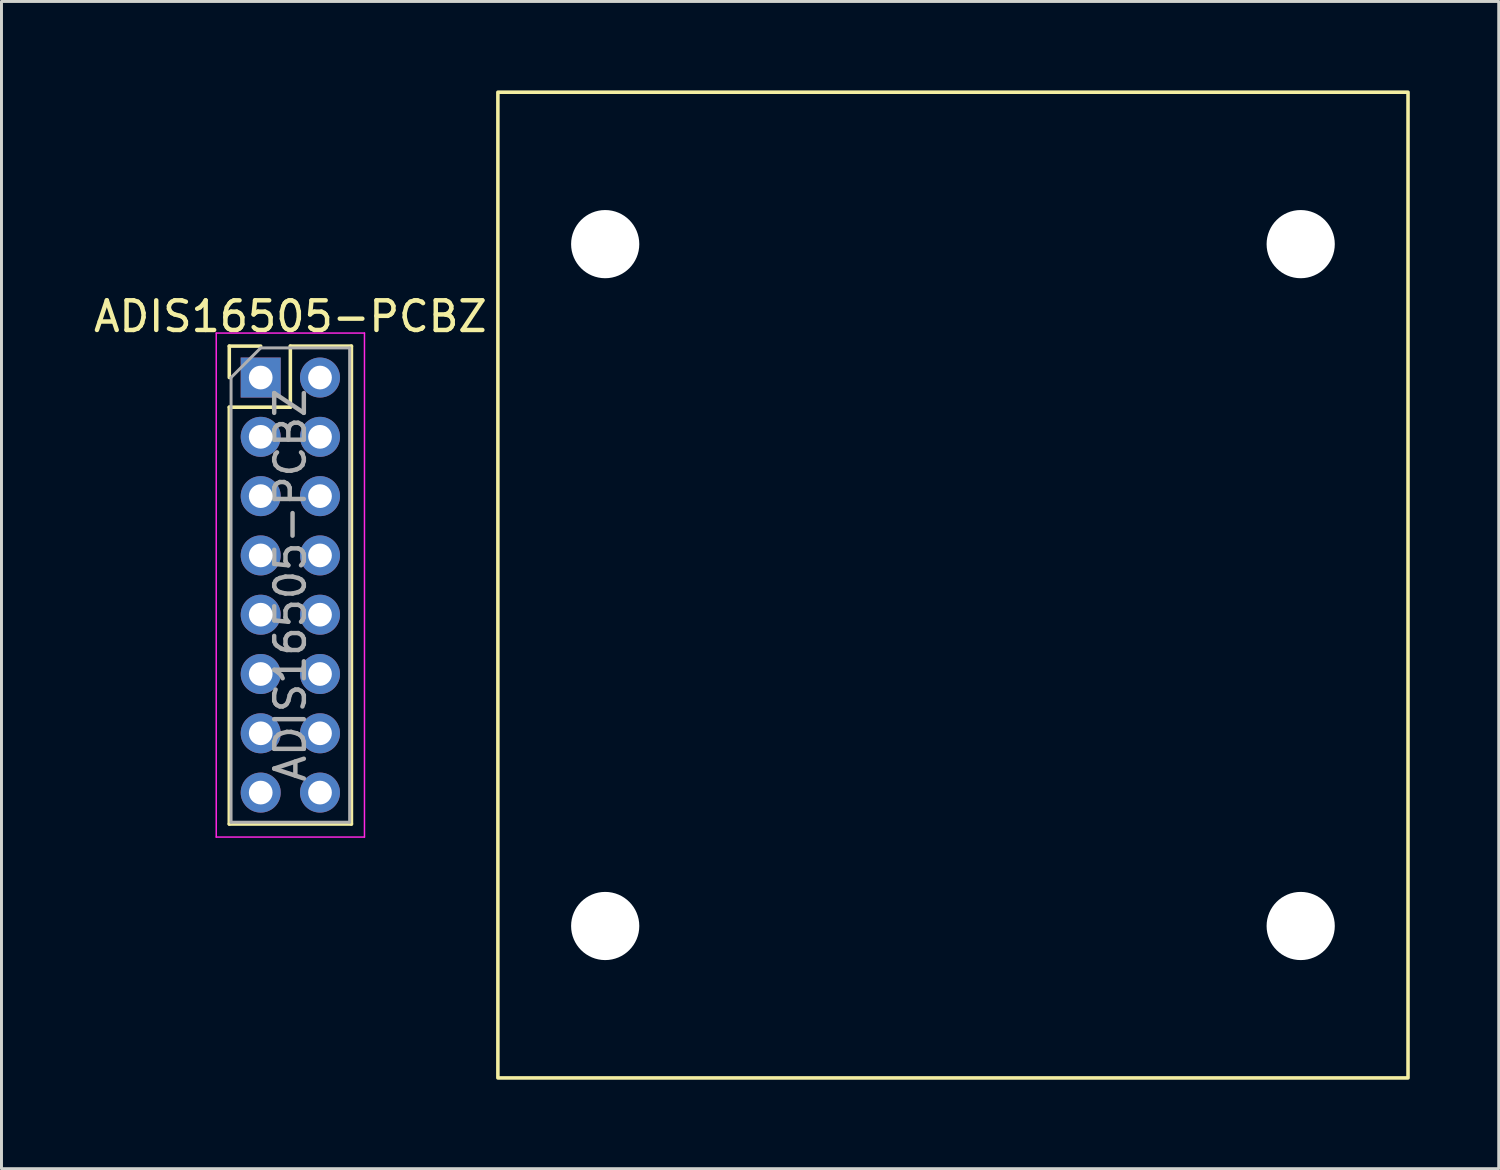
<source format=kicad_pcb>
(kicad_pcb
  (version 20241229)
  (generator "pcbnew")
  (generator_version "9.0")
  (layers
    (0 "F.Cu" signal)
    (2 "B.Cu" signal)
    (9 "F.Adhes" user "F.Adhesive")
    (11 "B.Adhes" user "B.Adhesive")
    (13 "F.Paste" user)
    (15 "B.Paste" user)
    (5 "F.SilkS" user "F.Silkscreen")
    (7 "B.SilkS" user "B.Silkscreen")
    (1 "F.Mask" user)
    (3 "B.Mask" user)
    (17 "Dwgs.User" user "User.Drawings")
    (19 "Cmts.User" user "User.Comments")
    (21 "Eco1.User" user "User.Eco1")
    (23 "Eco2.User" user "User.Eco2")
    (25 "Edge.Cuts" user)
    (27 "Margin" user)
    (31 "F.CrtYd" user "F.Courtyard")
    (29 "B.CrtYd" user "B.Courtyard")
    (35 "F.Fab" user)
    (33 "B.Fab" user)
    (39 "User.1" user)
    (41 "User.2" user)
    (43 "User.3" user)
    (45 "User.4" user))
  (footprint "ADIS16505-PCBZ"
    (layer "F.Cu")
    (at 13.744 16.685)
    (property "Reference" "ADIS16505-PCBZ" (at -7 -9.06 0) (layer "F.SilkS") (effects (font (size 1 1) (thickness 0.15))))
    (attr through_hole)
    (fp_line (start -9.06 -8.06) (end -8 -8.06) (stroke (width 0.12) (type solid)) (layer "F.SilkS"))
    (fp_line (start -9.06 -7) (end -9.06 -8.06) (stroke (width 0.12) (type solid)) (layer "F.SilkS"))
    (fp_line (start -9.06 -6) (end -9.06 8.06) (stroke (width 0.12) (type solid)) (layer "F.SilkS"))
    (fp_line (start -9.06 -6) (end -7 -6) (stroke (width 0.12) (type solid)) (layer "F.SilkS"))
    (fp_line (start -9.06 8.06) (end -4.94 8.06) (stroke (width 0.12) (type solid)) (layer "F.SilkS"))
    (fp_line (start -7 -8.06) (end -4.94 -8.06) (stroke (width 0.12) (type solid)) (layer "F.SilkS"))
    (fp_line (start -7 -6) (end -7 -8.06) (stroke (width 0.12) (type solid)) (layer "F.SilkS"))
    (fp_line (start -4.94 -8.06) (end -4.94 8.06) (stroke (width 0.12) (type solid)) (layer "F.SilkS"))
    (fp_rect (start 0 -16.625) (end 30.7 16.625) (stroke (width 0.12) (type default)) (fill no) (layer "F.SilkS"))
    (fp_line (start -9.5 -8.5) (end -9.5 8.5) (stroke (width 0.05) (type solid)) (layer "F.CrtYd"))
    (fp_line (start -9.5 8.5) (end -4.5 8.5) (stroke (width 0.05) (type solid)) (layer "F.CrtYd"))
    (fp_line (start -4.5 -8.5) (end -9.5 -8.5) (stroke (width 0.05) (type solid)) (layer "F.CrtYd"))
    (fp_line (start -4.5 8.5) (end -4.5 -8.5) (stroke (width 0.05) (type solid)) (layer "F.CrtYd"))
    (fp_line (start -9 -7) (end -8 -8) (stroke (width 0.1) (type solid)) (layer "F.Fab"))
    (fp_line (start -9 8) (end -9 -7) (stroke (width 0.1) (type solid)) (layer "F.Fab"))
    (fp_line (start -8 -8) (end -5 -8) (stroke (width 0.1) (type solid)) (layer "F.Fab"))
    (fp_line (start -5 -8) (end -5 8) (stroke (width 0.1) (type solid)) (layer "F.Fab"))
    (fp_line (start -5 8) (end -9 8) (stroke (width 0.1) (type solid)) (layer "F.Fab"))
    (fp_line (start 17 0) (end 17 3) (stroke (width 0.12) (type default)) (layer "User.1"))
    (fp_line (start 17 0) (end 20 0) (stroke (width 0.12) (type default)) (layer "User.1"))
    (fp_line (start 17 3) (end 16.6 2.6) (stroke (width 0.12) (type default)) (layer "User.1"))
    (fp_line (start 17 3) (end 17.4 2.6) (stroke (width 0.12) (type default)) (layer "User.1"))
    (fp_line (start 20 0) (end 19.6 -0.4) (stroke (width 0.12) (type default)) (layer "User.1"))
    (fp_line (start 20 0) (end 19.6 0.4) (stroke (width 0.12) (type default)) (layer "User.1"))
    (fp_circle (center 17 0) (end 17.2 0.2) (stroke (width 0.12) (type default)) (fill no) (layer "User.1"))
    (fp_text user "${REFERENCE}" (at -7 0 270) (layer "F.Fab") (effects (font (size 1 1) (thickness 0.15))))
    (fp_text user "Y" (at 20.4 0.6 0) (unlocked yes) (layer "User.1") (effects (font (size 1 1) (thickness 0.15)) (justify left bottom)))
    (fp_text user "Z" (at 16.4 -0.4 0) (unlocked yes) (layer "User.1") (effects (font (size 1 1) (thickness 0.15)) (justify left bottom)))
    (fp_text user "X" (at 17.6 3.4 0) (unlocked yes) (layer "User.1") (effects (font (size 1 1) (thickness 0.15)) (justify left bottom)))
    (pad "" np_thru_hole circle (at 3.62 -11.5) (size 2.3 2.3) (drill 2.3) (layers "*.Cu" "*.Mask"))
    (pad "" np_thru_hole circle (at 3.62 11.5) (size 2.3 2.3) (drill 2.3) (layers "*.Cu" "*.Mask"))
    (pad "" np_thru_hole circle (at 27.08 -11.5) (size 2.3 2.3) (drill 2.3) (layers "*.Cu" "*.Mask"))
    (pad "" np_thru_hole circle (at 27.08 11.5) (size 2.3 2.3) (drill 2.3) (layers "*.Cu" "*.Mask"))
    (pad "1" thru_hole rect (at -8 -7) (size 1.35 1.35) (drill 0.8) (layers "*.Cu" "*.Mask"))
    (pad "2" thru_hole oval (at -6 -7) (size 1.35 1.35) (drill 0.8) (layers "*.Cu" "*.Mask"))
    (pad "3" thru_hole oval (at -8 -5) (size 1.35 1.35) (drill 0.8) (layers "*.Cu" "*.Mask"))
    (pad "4" thru_hole oval (at -6 -5) (size 1.35 1.35) (drill 0.8) (layers "*.Cu" "*.Mask"))
    (pad "5" thru_hole oval (at -8 -3) (size 1.35 1.35) (drill 0.8) (layers "*.Cu" "*.Mask"))
    (pad "6" thru_hole oval (at -6 -3) (size 1.35 1.35) (drill 0.8) (layers "*.Cu" "*.Mask"))
    (pad "7" thru_hole oval (at -8 -1) (size 1.35 1.35) (drill 0.8) (layers "*.Cu" "*.Mask"))
    (pad "8" thru_hole oval (at -6 -1) (size 1.35 1.35) (drill 0.8) (layers "*.Cu" "*.Mask"))
    (pad "9" thru_hole oval (at -8 1) (size 1.35 1.35) (drill 0.8) (layers "*.Cu" "*.Mask"))
    (pad "10" thru_hole oval (at -6 1) (size 1.35 1.35) (drill 0.8) (layers "*.Cu" "*.Mask"))
    (pad "11" thru_hole oval (at -8 3) (size 1.35 1.35) (drill 0.8) (layers "*.Cu" "*.Mask"))
    (pad "12" thru_hole oval (at -6 3) (size 1.35 1.35) (drill 0.8) (layers "*.Cu" "*.Mask"))
    (pad "13" thru_hole oval (at -8 5) (size 1.35 1.35) (drill 0.8) (layers "*.Cu" "*.Mask"))
    (pad "14" thru_hole oval (at -6 5) (size 1.35 1.35) (drill 0.8) (layers "*.Cu" "*.Mask"))
    (pad "15" thru_hole oval (at -8 7) (size 1.35 1.35) (drill 0.8) (layers "*.Cu" "*.Mask"))
    (pad "16" thru_hole oval (at -6 7) (size 1.35 1.35) (drill 0.8) (layers "*.Cu" "*.Mask")))
  (gr_rect
    (start -3 -3)
    (end 47.504 36.37)
    (stroke (width 0.1) (type default))
    (fill no)
    (layer "Edge.Cuts")))
</source>
